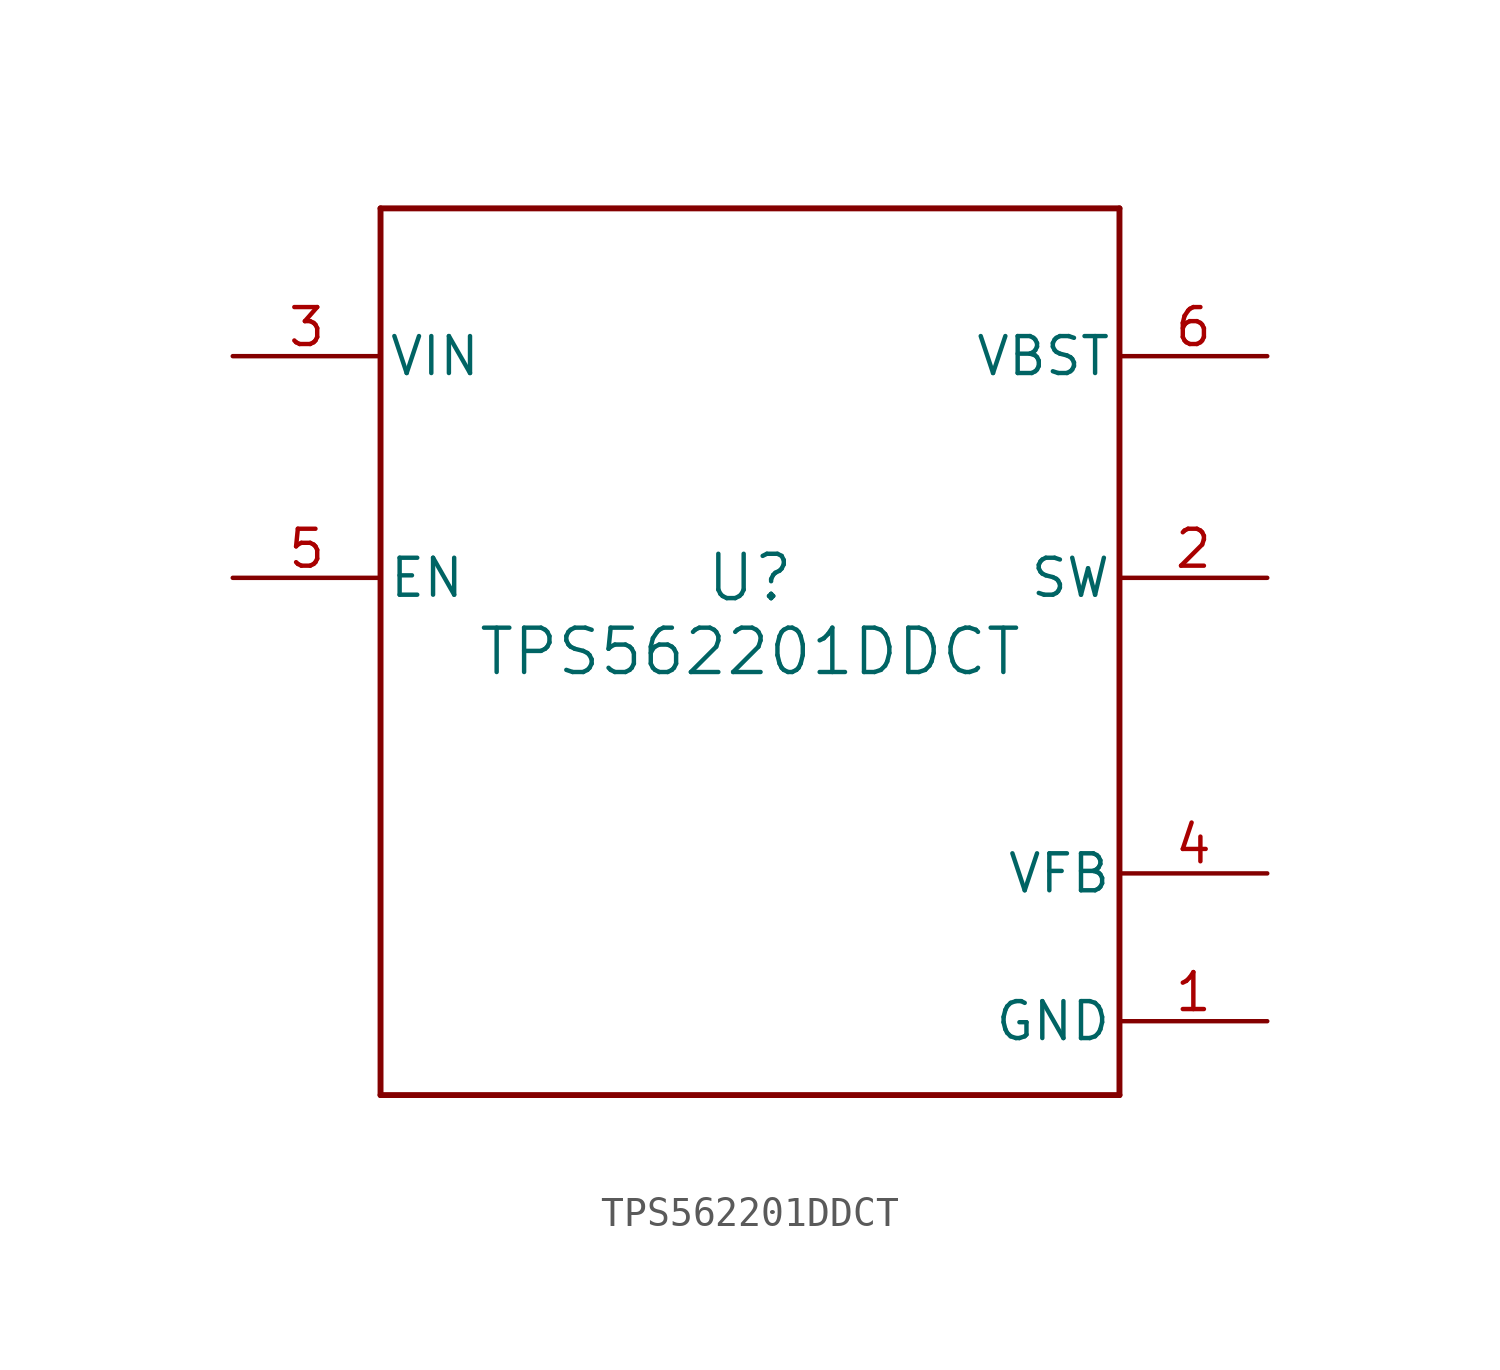
<source format=kicad_sym>
(kicad_symbol_lib
  (version 20211014)
  (generator kicad_symbol_editor)
  (symbol "TPS562201DDCT"
    (pin_names
      (offset 0.254))
    (property "Reference" "U"
      (at 0 2.54 0)
      (effects (font (size 1.524 1.524))))
    (property "Value" "TPS562201DDCT"
      (at 0 0 0)
      (effects (font (size 1.524 1.524))))
    (symbol "TPS562201DDCT_0_1"
      (polyline (pts (xy -12.7 -15.24) (xy 12.7 -15.24)) (stroke (width 0.203) (type default) (color 0 0 0 0)) (fill (type none)))
      (polyline (pts (xy 12.7 -15.24) (xy 12.7 15.24)) (stroke (width 0.203) (type default) (color 0 0 0 0)) (fill (type none)))
      (polyline (pts (xy 12.7 15.24) (xy -12.7 15.24)) (stroke (width 0.203) (type default) (color 0 0 0 0)) (fill (type none)))
      (polyline (pts (xy -12.7 15.24) (xy -12.7 -15.24)) (stroke (width 0.203) (type default) (color 0 0 0 0)) (fill (type none)))
      (pin power_in line (at 17.78 -12.7 180) (length 5.08) (name "GND" (effects (font (size 1.27 1.27)))) (number "1" (effects (font (size 1.27 1.27)))))
      (pin power_in line (at 17.78 2.54 180) (length 5.08) (name "SW" (effects (font (size 1.27 1.27)))) (number "2" (effects (font (size 1.27 1.27)))))
      (pin power_in line (at -17.78 10.16 0) (length 5.08) (name "VIN" (effects (font (size 1.27 1.27)))) (number "3" (effects (font (size 1.27 1.27)))))
      (pin input line (at 17.78 -7.62 180) (length 5.08) (name "VFB" (effects (font (size 1.27 1.27)))) (number "4" (effects (font (size 1.27 1.27)))))
      (pin input line (at -17.78 2.54 0) (length 5.08) (name "EN" (effects (font (size 1.27 1.27)))) (number "5" (effects (font (size 1.27 1.27)))))
      (pin power_in line (at 17.78 10.16 180) (length 5.08) (name "VBST" (effects (font (size 1.27 1.27)))) (number "6" (effects (font (size 1.27 1.27))))))))
</source>
